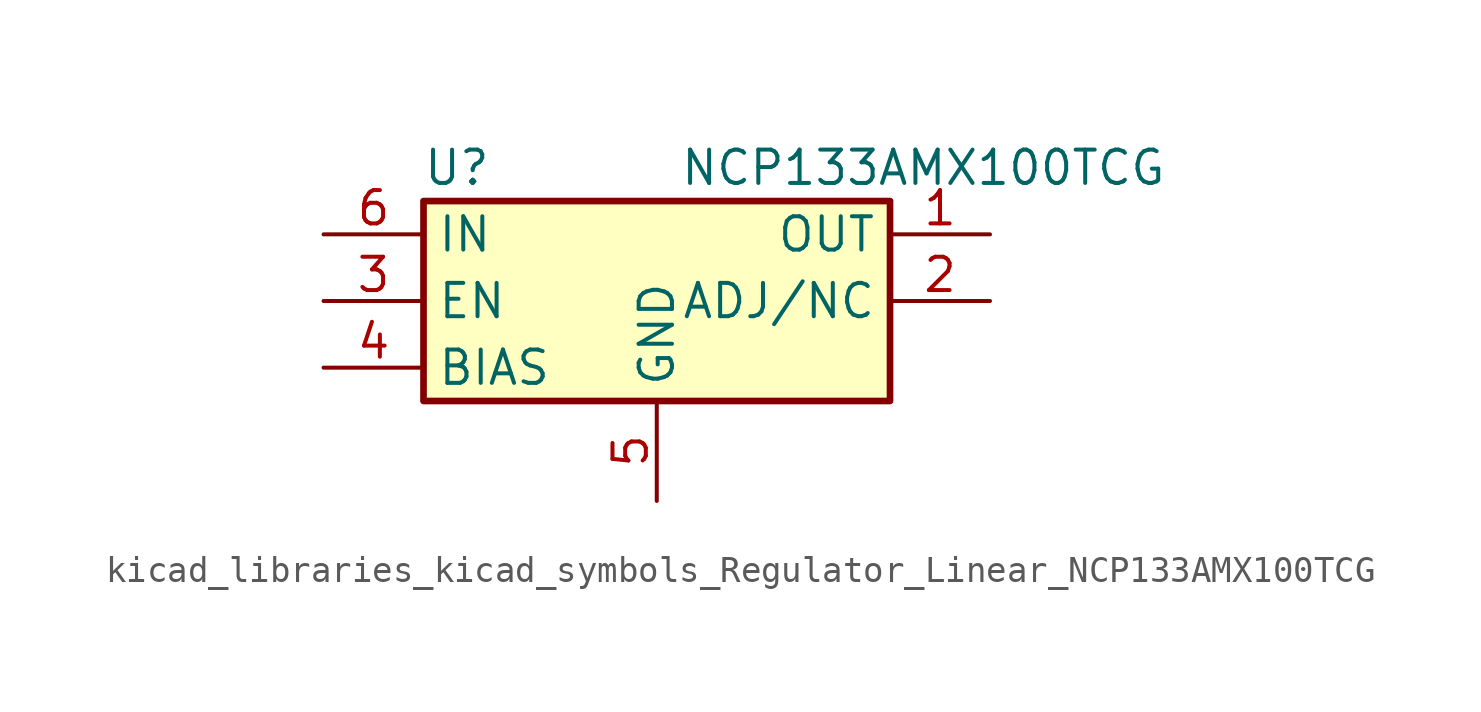
<source format=kicad_sym>
(kicad_symbol_lib
  (version 20220914)
  (generator kicad_symbol_editor)
  (symbol "kicad_libraries_kicad_symbols_Regulator_Linear_NCP133AMX100TCG"
    (property "Reference" "U"
      (at -7.62 5.08 0)
      (effects (font (size 1.27 1.27))))
    (property "Value" "NCP133AMX100TCG"
      (at 10.16 5.08 0)
      (effects (font (size 1.27 1.27))))
    (symbol "kicad_libraries_kicad_symbols_Regulator_Linear_NCP133AMX100TCG_0_1"
      (rectangle (start -8.89 -3.81) (end 8.89 3.81) (stroke (width 0.254) (type default)) (fill (type background)))
      (pin power_out line (at 12.7 2.54 180) (length 3.81) (name "OUT" (effects (font (size 1.27 1.27)))) (number "1" (effects (font (size 1.27 1.27)))))
      (pin passive line (at 12.7 0 180) (length 3.81) (name "ADJ/NC" (effects (font (size 1.27 1.27)))) (number "2" (effects (font (size 1.27 1.27)))))
      (pin input line (at -12.7 0 0) (length 3.81) (name "EN" (effects (font (size 1.27 1.27)))) (number "3" (effects (font (size 1.27 1.27)))))
      (pin power_in line (at -12.7 -2.54 0) (length 3.81) (name "BIAS" (effects (font (size 1.27 1.27)))) (number "4" (effects (font (size 1.27 1.27)))))
      (pin power_in line (at 0 -7.62 90) (length 3.81) (name "GND" (effects (font (size 1.27 1.27)))) (number "5" (effects (font (size 1.27 1.27)))))
      (pin power_in line (at -12.7 2.54 0) (length 3.81) (name "IN" (effects (font (size 1.27 1.27)))) (number "6" (effects (font (size 1.27 1.27)))))
      (pin passive line (at 0 -7.62 90) (length 3.81) hide (name "GND" (effects (font (size 1.27 1.27)))) (number "7" (effects (font (size 1.27 1.27))))))))
</source>
